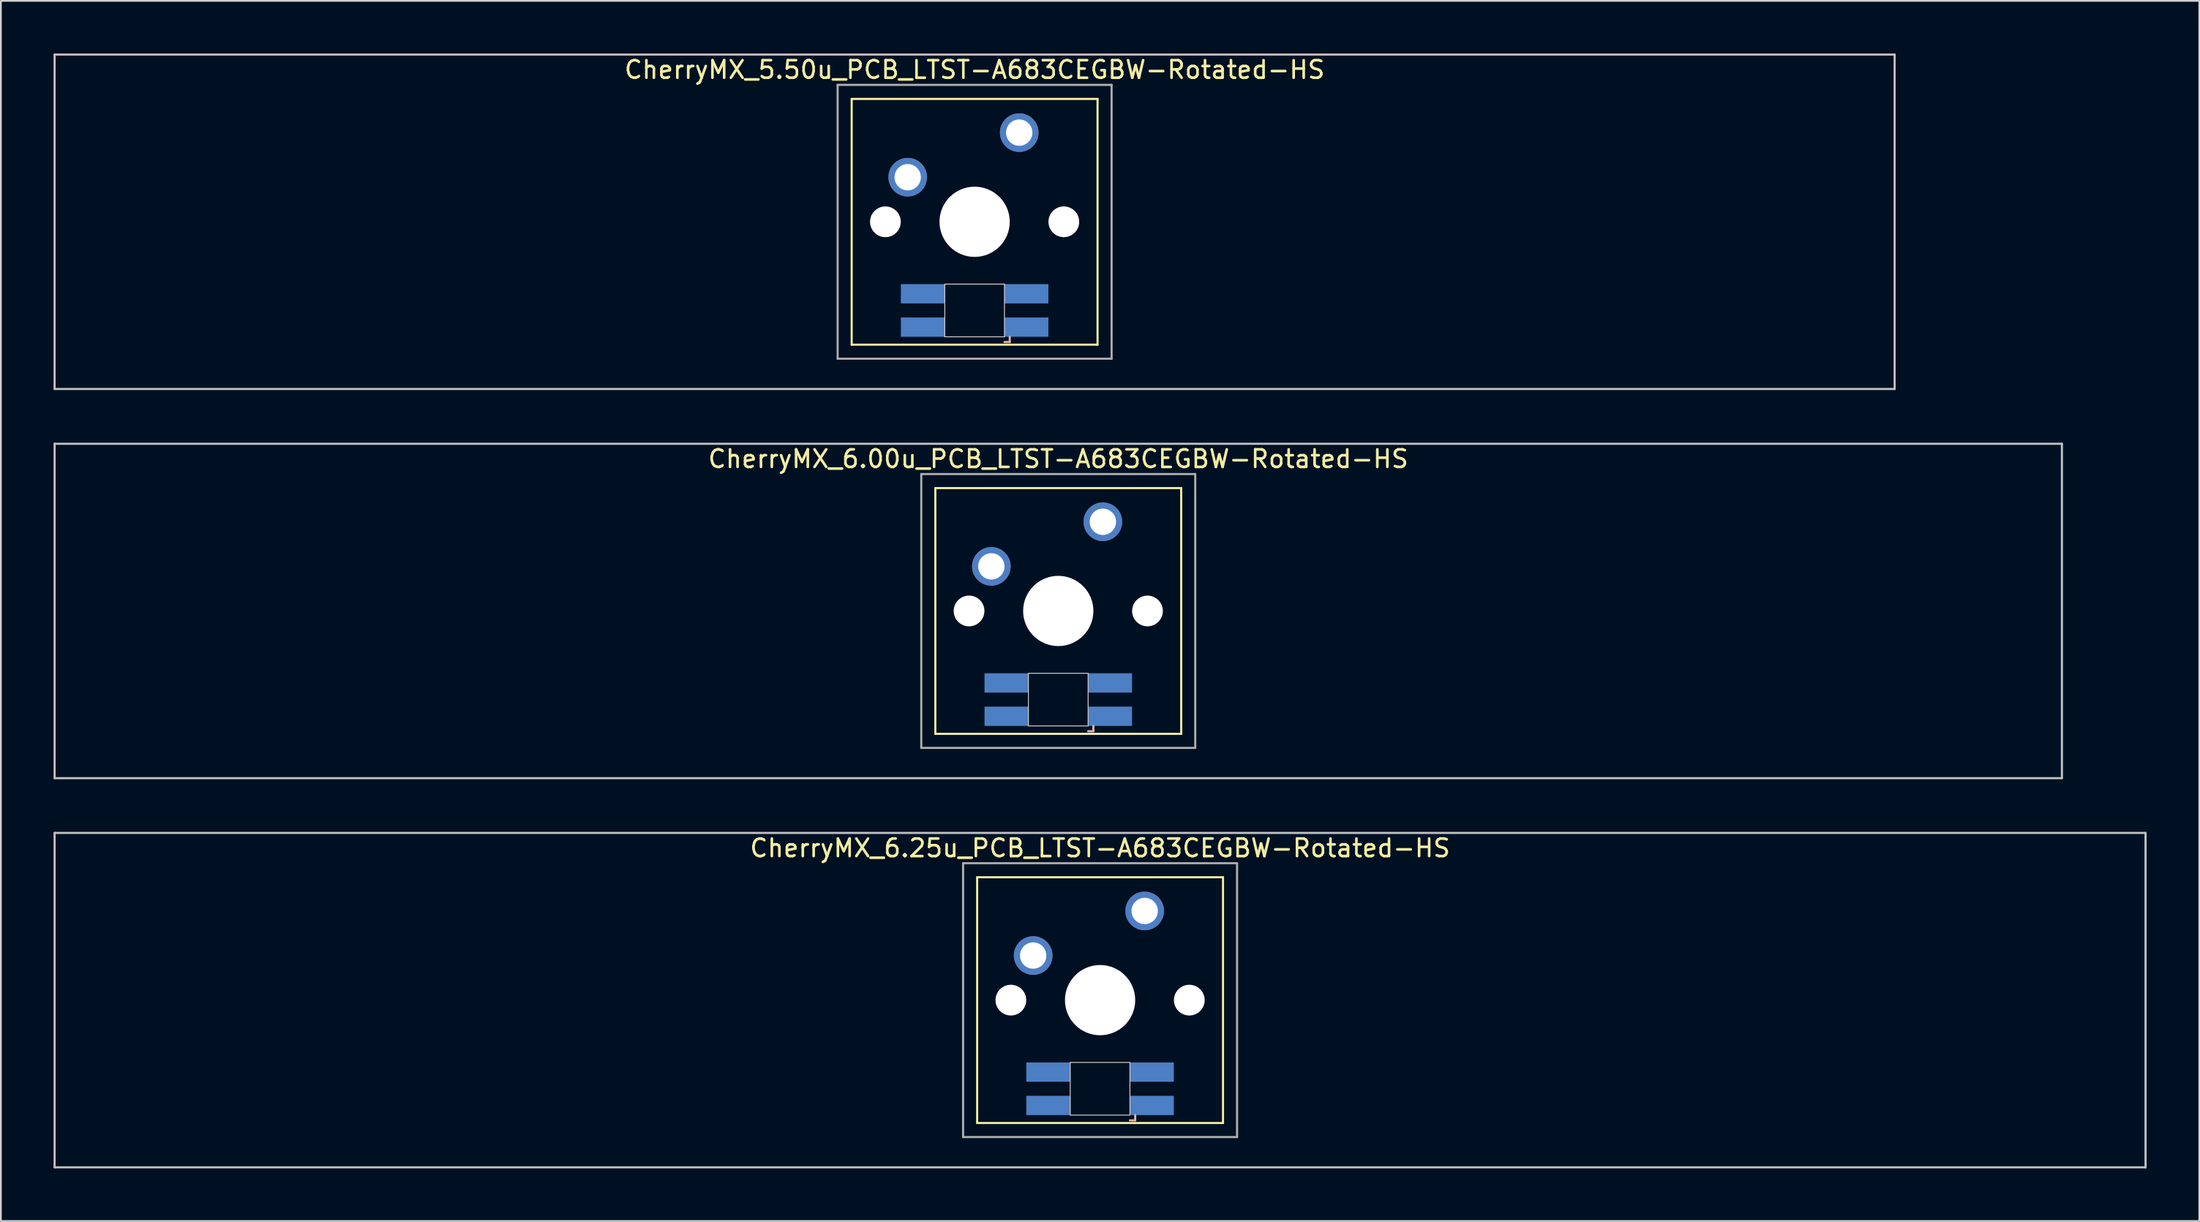
<source format=kicad_pcb>
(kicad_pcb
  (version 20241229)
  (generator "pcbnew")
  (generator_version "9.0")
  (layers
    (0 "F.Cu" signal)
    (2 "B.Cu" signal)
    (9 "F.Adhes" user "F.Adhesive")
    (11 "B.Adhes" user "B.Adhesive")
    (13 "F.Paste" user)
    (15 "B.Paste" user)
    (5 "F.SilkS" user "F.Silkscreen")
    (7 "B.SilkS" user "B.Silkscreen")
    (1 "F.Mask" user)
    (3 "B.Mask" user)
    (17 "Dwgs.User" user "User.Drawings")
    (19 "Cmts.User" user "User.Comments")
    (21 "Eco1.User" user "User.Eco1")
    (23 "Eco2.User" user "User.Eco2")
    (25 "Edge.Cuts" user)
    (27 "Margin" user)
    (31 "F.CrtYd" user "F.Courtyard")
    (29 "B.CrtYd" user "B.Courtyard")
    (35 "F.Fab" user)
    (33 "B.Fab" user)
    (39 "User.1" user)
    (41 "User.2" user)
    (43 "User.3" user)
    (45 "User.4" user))
  (footprint "CherryMX_6.25u_PCB_LTST-A683CEGBW-Rotated-HS"
    (layer "F.Cu")
    (at 59.591 53.925)
    (property "Reference" "CherryMX_6.25u_PCB_LTST-A683CEGBW-Rotated-HS" (at 0 -8.662 0) (layer "F.SilkS") (effects (font (size 1 1) (thickness 0.15))))
    (attr through_hole)
    (fp_line (start -7 -7) (end -7 7) (stroke (width 0.12) (type solid)) (layer "F.SilkS"))
    (fp_line (start -7 -7) (end 7 -7) (stroke (width 0.12) (type solid)) (layer "F.SilkS"))
    (fp_line (start 7 -7) (end 7 7) (stroke (width 0.12) (type solid)) (layer "F.SilkS"))
    (fp_line (start 7 7) (end -7 7) (stroke (width 0.12) (type solid)) (layer "F.SilkS"))
    (fp_line (start 1.7 6.85) (end 2 6.85) (stroke (width 0.12) (type solid)) (layer "B.SilkS"))
    (fp_line (start 2 6.85) (end 2 6.55) (stroke (width 0.12) (type solid)) (layer "B.SilkS"))
    (fp_line (start -59.531 -9.525) (end 59.531 -9.525) (stroke (width 0.12) (type solid)) (layer "Dwgs.User"))
    (fp_line (start -59.531 9.525) (end -59.531 -9.525) (stroke (width 0.12) (type solid)) (layer "Dwgs.User"))
    (fp_line (start 59.531 -9.525) (end 59.531 9.525) (stroke (width 0.12) (type solid)) (layer "Dwgs.User"))
    (fp_line (start 59.531 9.525) (end -59.531 9.525) (stroke (width 0.12) (type solid)) (layer "Dwgs.User"))
    (fp_line (start -1.7 3.55) (end 1.7 3.55) (stroke (width 0.05) (type solid)) (layer "Edge.Cuts"))
    (fp_line (start -1.7 6.55) (end -1.7 3.55) (stroke (width 0.05) (type solid)) (layer "Edge.Cuts"))
    (fp_line (start 1.7 3.55) (end 1.7 6.55) (stroke (width 0.05) (type solid)) (layer "Edge.Cuts"))
    (fp_line (start 1.7 6.55) (end -1.7 6.55) (stroke (width 0.05) (type solid)) (layer "Edge.Cuts"))
    (fp_line (start -7.8 -7.8) (end -7.8 7.8) (stroke (width 0.12) (type solid)) (layer "F.Fab"))
    (fp_line (start -7.8 -7.8) (end 7.8 -7.8) (stroke (width 0.12) (type solid)) (layer "F.Fab"))
    (fp_line (start -7.8 7.8) (end 7.8 7.8) (stroke (width 0.12) (type solid)) (layer "F.Fab"))
    (fp_line (start 7.8 -7.8) (end 7.8 7.8) (stroke (width 0.12) (type solid)) (layer "F.Fab"))
    (pad "" np_thru_hole circle (at -5.08 0) (size 1.75 1.75) (drill 1.75) (layers "*.Cu" "*.Mask"))
    (pad "" np_thru_hole circle (at 0 0) (size 4 4) (drill 4) (layers "*.Cu" "*.Mask"))
    (pad "" np_thru_hole circle (at 5.08 0) (size 1.75 1.75) (drill 1.75) (layers "*.Cu" "*.Mask"))
    (pad "1" thru_hole circle (at -3.81 -2.54) (size 2.2 2.2) (drill 1.5) (layers "*.Cu" "*.Mask"))
    (pad "2" thru_hole circle (at 2.54 -5.08) (size 2.2 2.2) (drill 1.5) (layers "*.Cu" "*.Mask"))
    (pad "3" smd rect (at 2.95 6) (size 2.5 1.1) (layers "B.Cu" "B.Mask" "B.Paste"))
    (pad "4" smd rect (at 2.95 4.1) (size 2.5 1.1) (layers "B.Cu" "B.Mask" "B.Paste"))
    (pad "5" smd rect (at -2.95 6) (size 2.5 1.1) (layers "B.Cu" "B.Mask" "B.Paste"))
    (pad "6" smd rect (at -2.95 4.1) (size 2.5 1.1) (layers "B.Cu" "B.Mask" "B.Paste")))
  (footprint "CherryMX_6.00u_PCB_LTST-A683CEGBW-Rotated-HS"
    (layer "F.Cu")
    (at 57.21 31.755)
    (property "Reference" "CherryMX_6.00u_PCB_LTST-A683CEGBW-Rotated-HS" (at 0 -8.662 0) (layer "F.SilkS") (effects (font (size 1 1) (thickness 0.15))))
    (attr through_hole)
    (fp_line (start -7 -7) (end -7 7) (stroke (width 0.12) (type solid)) (layer "F.SilkS"))
    (fp_line (start -7 -7) (end 7 -7) (stroke (width 0.12) (type solid)) (layer "F.SilkS"))
    (fp_line (start 7 -7) (end 7 7) (stroke (width 0.12) (type solid)) (layer "F.SilkS"))
    (fp_line (start 7 7) (end -7 7) (stroke (width 0.12) (type solid)) (layer "F.SilkS"))
    (fp_line (start 1.7 6.85) (end 2 6.85) (stroke (width 0.12) (type solid)) (layer "B.SilkS"))
    (fp_line (start 2 6.85) (end 2 6.55) (stroke (width 0.12) (type solid)) (layer "B.SilkS"))
    (fp_line (start -57.15 -9.525) (end 57.15 -9.525) (stroke (width 0.12) (type solid)) (layer "Dwgs.User"))
    (fp_line (start -57.15 9.525) (end -57.15 -9.525) (stroke (width 0.12) (type solid)) (layer "Dwgs.User"))
    (fp_line (start 57.15 -9.525) (end 57.15 9.525) (stroke (width 0.12) (type solid)) (layer "Dwgs.User"))
    (fp_line (start 57.15 9.525) (end -57.15 9.525) (stroke (width 0.12) (type solid)) (layer "Dwgs.User"))
    (fp_line (start -1.7 3.55) (end 1.7 3.55) (stroke (width 0.05) (type solid)) (layer "Edge.Cuts"))
    (fp_line (start -1.7 6.55) (end -1.7 3.55) (stroke (width 0.05) (type solid)) (layer "Edge.Cuts"))
    (fp_line (start 1.7 3.55) (end 1.7 6.55) (stroke (width 0.05) (type solid)) (layer "Edge.Cuts"))
    (fp_line (start 1.7 6.55) (end -1.7 6.55) (stroke (width 0.05) (type solid)) (layer "Edge.Cuts"))
    (fp_line (start -7.8 -7.8) (end -7.8 7.8) (stroke (width 0.12) (type solid)) (layer "F.Fab"))
    (fp_line (start -7.8 -7.8) (end 7.8 -7.8) (stroke (width 0.12) (type solid)) (layer "F.Fab"))
    (fp_line (start -7.8 7.8) (end 7.8 7.8) (stroke (width 0.12) (type solid)) (layer "F.Fab"))
    (fp_line (start 7.8 -7.8) (end 7.8 7.8) (stroke (width 0.12) (type solid)) (layer "F.Fab"))
    (pad "" np_thru_hole circle (at -5.08 0) (size 1.75 1.75) (drill 1.75) (layers "*.Cu" "*.Mask"))
    (pad "" np_thru_hole circle (at 0 0) (size 4 4) (drill 4) (layers "*.Cu" "*.Mask"))
    (pad "" np_thru_hole circle (at 5.08 0) (size 1.75 1.75) (drill 1.75) (layers "*.Cu" "*.Mask"))
    (pad "1" thru_hole circle (at -3.81 -2.54) (size 2.2 2.2) (drill 1.5) (layers "*.Cu" "*.Mask"))
    (pad "2" thru_hole circle (at 2.54 -5.08) (size 2.2 2.2) (drill 1.5) (layers "*.Cu" "*.Mask"))
    (pad "3" smd rect (at 2.95 6) (size 2.5 1.1) (layers "B.Cu" "B.Mask" "B.Paste"))
    (pad "4" smd rect (at 2.95 4.1) (size 2.5 1.1) (layers "B.Cu" "B.Mask" "B.Paste"))
    (pad "5" smd rect (at -2.95 6) (size 2.5 1.1) (layers "B.Cu" "B.Mask" "B.Paste"))
    (pad "6" smd rect (at -2.95 4.1) (size 2.5 1.1) (layers "B.Cu" "B.Mask" "B.Paste")))
  (footprint "CherryMX_5.50u_PCB_LTST-A683CEGBW-Rotated-HS"
    (layer "F.Cu")
    (at 52.447 9.585)
    (property "Reference" "CherryMX_5.50u_PCB_LTST-A683CEGBW-Rotated-HS" (at 0 -8.662 0) (layer "F.SilkS") (effects (font (size 1 1) (thickness 0.15))))
    (attr through_hole)
    (fp_line (start -7 -7) (end -7 7) (stroke (width 0.12) (type solid)) (layer "F.SilkS"))
    (fp_line (start -7 -7) (end 7 -7) (stroke (width 0.12) (type solid)) (layer "F.SilkS"))
    (fp_line (start 7 -7) (end 7 7) (stroke (width 0.12) (type solid)) (layer "F.SilkS"))
    (fp_line (start 7 7) (end -7 7) (stroke (width 0.12) (type solid)) (layer "F.SilkS"))
    (fp_line (start 1.7 6.85) (end 2 6.85) (stroke (width 0.12) (type solid)) (layer "B.SilkS"))
    (fp_line (start 2 6.85) (end 2 6.55) (stroke (width 0.12) (type solid)) (layer "B.SilkS"))
    (fp_line (start -52.388 -9.525) (end 52.388 -9.525) (stroke (width 0.12) (type solid)) (layer "Dwgs.User"))
    (fp_line (start -52.388 9.525) (end -52.388 -9.525) (stroke (width 0.12) (type solid)) (layer "Dwgs.User"))
    (fp_line (start 52.388 -9.525) (end 52.388 9.525) (stroke (width 0.12) (type solid)) (layer "Dwgs.User"))
    (fp_line (start 52.388 9.525) (end -52.388 9.525) (stroke (width 0.12) (type solid)) (layer "Dwgs.User"))
    (fp_line (start -1.7 3.55) (end 1.7 3.55) (stroke (width 0.05) (type solid)) (layer "Edge.Cuts"))
    (fp_line (start -1.7 6.55) (end -1.7 3.55) (stroke (width 0.05) (type solid)) (layer "Edge.Cuts"))
    (fp_line (start 1.7 3.55) (end 1.7 6.55) (stroke (width 0.05) (type solid)) (layer "Edge.Cuts"))
    (fp_line (start 1.7 6.55) (end -1.7 6.55) (stroke (width 0.05) (type solid)) (layer "Edge.Cuts"))
    (fp_line (start -7.8 -7.8) (end -7.8 7.8) (stroke (width 0.12) (type solid)) (layer "F.Fab"))
    (fp_line (start -7.8 -7.8) (end 7.8 -7.8) (stroke (width 0.12) (type solid)) (layer "F.Fab"))
    (fp_line (start -7.8 7.8) (end 7.8 7.8) (stroke (width 0.12) (type solid)) (layer "F.Fab"))
    (fp_line (start 7.8 -7.8) (end 7.8 7.8) (stroke (width 0.12) (type solid)) (layer "F.Fab"))
    (pad "" np_thru_hole circle (at -5.08 0) (size 1.75 1.75) (drill 1.75) (layers "*.Cu" "*.Mask"))
    (pad "" np_thru_hole circle (at 0 0) (size 4 4) (drill 4) (layers "*.Cu" "*.Mask"))
    (pad "" np_thru_hole circle (at 5.08 0) (size 1.75 1.75) (drill 1.75) (layers "*.Cu" "*.Mask"))
    (pad "1" thru_hole circle (at -3.81 -2.54) (size 2.2 2.2) (drill 1.5) (layers "*.Cu" "*.Mask"))
    (pad "2" thru_hole circle (at 2.54 -5.08) (size 2.2 2.2) (drill 1.5) (layers "*.Cu" "*.Mask"))
    (pad "3" smd rect (at 2.95 6) (size 2.5 1.1) (layers "B.Cu" "B.Mask" "B.Paste"))
    (pad "4" smd rect (at 2.95 4.1) (size 2.5 1.1) (layers "B.Cu" "B.Mask" "B.Paste"))
    (pad "5" smd rect (at -2.95 6) (size 2.5 1.1) (layers "B.Cu" "B.Mask" "B.Paste"))
    (pad "6" smd rect (at -2.95 4.1) (size 2.5 1.1) (layers "B.Cu" "B.Mask" "B.Paste")))
  (gr_rect
    (start -3 -3)
    (end 122.183 66.51)
    (stroke (width 0.1) (type default))
    (fill no)
    (layer "Edge.Cuts")))
</source>
